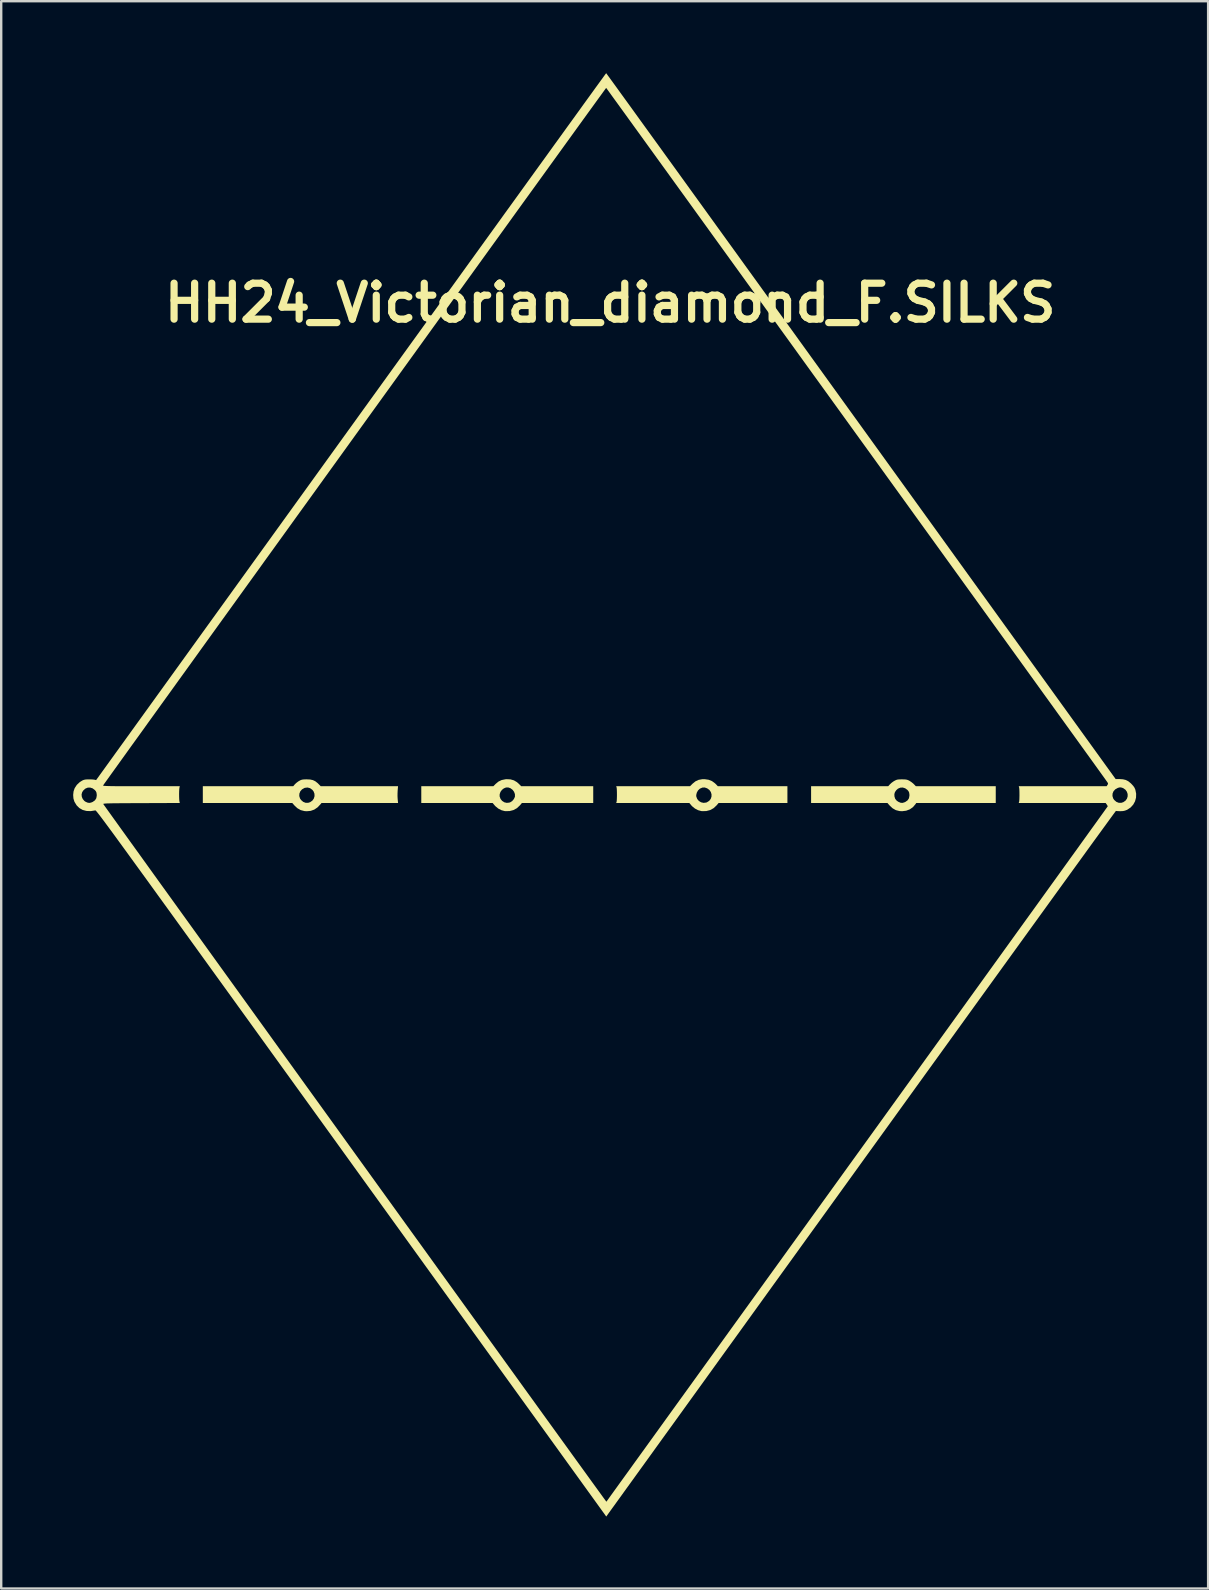
<source format=kicad_pcb>
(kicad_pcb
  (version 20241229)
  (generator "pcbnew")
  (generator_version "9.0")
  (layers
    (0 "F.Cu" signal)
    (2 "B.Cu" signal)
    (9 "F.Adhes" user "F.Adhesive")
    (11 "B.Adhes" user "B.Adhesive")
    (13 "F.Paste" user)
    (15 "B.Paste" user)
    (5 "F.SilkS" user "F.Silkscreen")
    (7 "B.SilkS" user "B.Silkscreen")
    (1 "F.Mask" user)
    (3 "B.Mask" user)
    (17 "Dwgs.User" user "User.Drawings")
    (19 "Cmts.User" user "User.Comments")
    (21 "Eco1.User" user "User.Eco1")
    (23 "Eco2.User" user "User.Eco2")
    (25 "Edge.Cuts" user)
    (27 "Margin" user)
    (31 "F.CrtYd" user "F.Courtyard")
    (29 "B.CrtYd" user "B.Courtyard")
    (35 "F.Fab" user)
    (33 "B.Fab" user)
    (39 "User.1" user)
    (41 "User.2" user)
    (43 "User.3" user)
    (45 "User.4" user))
  (footprint "HH24_Victorian_diamond_F.SILKS"
    (layer "F.Cu")
    (at 22.384 9.575)
    (property "Reference" "HH24_Victorian_diamond_F.SILKS" (at 0 0 0) (layer "F.SilkS") (effects (font (size 1.5 1.5) (thickness 0.3))))
    (attr board_only exclude_from_pos_files exclude_from_bom)
    (fp_poly (pts (xy -4.156 19.861) (xy -4.013 19.902) (xy -3.885 19.978) (xy -3.813 20.042) (xy -3.709 20.146) (xy -2.208 20.146) (xy -0.707 20.146) (xy -0.707 20.496) (xy -0.707 20.845) (xy -2.193 20.845) (xy -3.679 20.845) (xy -3.765 20.946) (xy -3.887 21.061) (xy -4.032 21.14) (xy -4.193 21.182) (xy -4.368 21.185) (xy -4.399 21.182) (xy -4.533 21.146) (xy -4.666 21.077) (xy -4.782 20.982) (xy -4.815 20.946) (xy -4.9 20.845) (xy -6.387 20.845) (xy -7.874 20.845) (xy -7.874 20.57) (xy -4.608 20.57) (xy -4.57 20.676) (xy -4.503 20.759) (xy -4.414 20.816) (xy -4.312 20.84) (xy -4.203 20.829) (xy -4.166 20.816) (xy -4.083 20.762) (xy -4.015 20.682) (xy -3.973 20.592) (xy -3.97 20.577) (xy -3.971 20.475) (xy -4.008 20.377) (xy -4.073 20.292) (xy -4.161 20.228) (xy -4.25 20.197) (xy -4.344 20.2) (xy -4.434 20.237) (xy -4.513 20.3) (xy -4.573 20.383) (xy -4.606 20.478) (xy -4.608 20.57) (xy -7.874 20.57) (xy -7.874 20.496) (xy -7.874 20.146) (xy -6.371 20.146) (xy -4.869 20.146) (xy -4.78 20.055) (xy -4.658 19.953) (xy -4.524 19.889) (xy -4.368 19.857) (xy -4.322 19.853)) (stroke (width 0) (type solid)) (fill yes) (layer "F.SilkS"))
    (fp_poly (pts (xy -12.505 19.867) (xy -12.391 19.892) (xy -12.293 19.939) (xy -12.199 20.013) (xy -12.157 20.054) (xy -12.066 20.146) (xy -10.454 20.146) (xy -8.843 20.146) (xy -8.859 20.329) (xy -8.864 20.441) (xy -8.865 20.564) (xy -8.859 20.673) (xy -8.859 20.678) (xy -8.842 20.845) (xy -10.438 20.845) (xy -12.033 20.845) (xy -12.07 20.892) (xy -12.196 21.026) (xy -12.334 21.12) (xy -12.485 21.174) (xy -12.651 21.189) (xy -12.745 21.182) (xy -12.9 21.142) (xy -13.04 21.062) (xy -13.153 20.957) (xy -13.251 20.846) (xy -15.116 20.846) (xy -16.98 20.845) (xy -16.98 20.556) (xy -12.96 20.556) (xy -12.928 20.658) (xy -12.886 20.72) (xy -12.796 20.798) (xy -12.695 20.838) (xy -12.587 20.837) (xy -12.507 20.811) (xy -12.414 20.746) (xy -12.353 20.66) (xy -12.323 20.56) (xy -12.328 20.457) (xy -12.367 20.357) (xy -12.416 20.296) (xy -12.51 20.228) (xy -12.614 20.2) (xy -12.723 20.213) (xy -12.745 20.22) (xy -12.846 20.278) (xy -12.917 20.359) (xy -12.955 20.454) (xy -12.96 20.556) (xy -16.98 20.556) (xy -16.98 20.496) (xy -16.98 20.146) (xy -15.096 20.146) (xy -13.212 20.146) (xy -13.144 20.066) (xy -13.085 20.01) (xy -13.009 19.952) (xy -12.962 19.923) (xy -12.904 19.893) (xy -12.853 19.875) (xy -12.796 19.865) (xy -12.719 19.861) (xy -12.647 19.86)) (stroke (width 0) (type solid)) (fill yes) (layer "F.SilkS"))
    (fp_poly (pts (xy 12.26 19.862) (xy 12.331 19.868) (xy 12.387 19.881) (xy 12.44 19.903) (xy 12.467 19.917) (xy 12.547 19.968) (xy 12.627 20.031) (xy 12.657 20.06) (xy 12.74 20.146) (xy 14.406 20.146) (xy 16.071 20.146) (xy 16.071 20.496) (xy 16.071 20.845) (xy 14.414 20.845) (xy 12.758 20.845) (xy 12.726 20.893) (xy 12.62 21.018) (xy 12.489 21.11) (xy 12.337 21.167) (xy 12.171 21.188) (xy 12.06 21.182) (xy 11.906 21.143) (xy 11.77 21.066) (xy 11.656 20.96) (xy 11.556 20.846) (xy 9.965 20.846) (xy 8.374 20.845) (xy 8.374 20.496) (xy 8.374 20.474) (xy 11.845 20.474) (xy 11.848 20.57) (xy 11.88 20.673) (xy 11.946 20.753) (xy 12.022 20.802) (xy 12.11 20.837) (xy 12.189 20.841) (xy 12.274 20.814) (xy 12.307 20.798) (xy 12.398 20.733) (xy 12.453 20.648) (xy 12.473 20.54) (xy 12.472 20.49) (xy 12.461 20.413) (xy 12.435 20.356) (xy 12.392 20.304) (xy 12.298 20.234) (xy 12.196 20.201) (xy 12.092 20.206) (xy 11.995 20.248) (xy 11.929 20.306) (xy 11.87 20.39) (xy 11.845 20.474) (xy 8.374 20.474) (xy 8.374 20.146) (xy 9.981 20.146) (xy 11.588 20.146) (xy 11.661 20.066) (xy 11.723 20.008) (xy 11.801 19.95) (xy 11.846 19.923) (xy 11.904 19.893) (xy 11.954 19.874) (xy 12.012 19.865) (xy 12.089 19.861) (xy 12.16 19.86)) (stroke (width 0) (type solid)) (fill yes) (layer "F.SilkS"))
    (fp_poly (pts (xy 4.103 19.877) (xy 4.242 19.932) (xy 4.367 20.024) (xy 4.399 20.055) (xy 4.487 20.146) (xy 5.937 20.146) (xy 7.387 20.146) (xy 7.387 20.496) (xy 7.387 20.845) (xy 5.953 20.845) (xy 4.519 20.845) (xy 4.434 20.946) (xy 4.311 21.061) (xy 4.167 21.14) (xy 4.005 21.182) (xy 3.831 21.185) (xy 3.8 21.182) (xy 3.665 21.146) (xy 3.533 21.077) (xy 3.416 20.982) (xy 3.383 20.946) (xy 3.298 20.845) (xy 1.775 20.845) (xy 0.251 20.845) (xy 0.266 20.798) (xy 0.272 20.759) (xy 0.277 20.687) (xy 0.28 20.594) (xy 0.281 20.514) (xy 3.586 20.514) (xy 3.589 20.577) (xy 3.628 20.68) (xy 3.697 20.761) (xy 3.788 20.816) (xy 3.891 20.84) (xy 3.999 20.828) (xy 4.032 20.816) (xy 4.126 20.757) (xy 4.189 20.677) (xy 4.222 20.583) (xy 4.224 20.484) (xy 4.195 20.388) (xy 4.135 20.302) (xy 4.044 20.236) (xy 4.041 20.234) (xy 3.94 20.199) (xy 3.846 20.202) (xy 3.75 20.243) (xy 3.726 20.259) (xy 3.659 20.326) (xy 3.61 20.416) (xy 3.586 20.514) (xy 0.281 20.514) (xy 0.281 20.496) (xy 0.28 20.392) (xy 0.277 20.3) (xy 0.272 20.23) (xy 0.266 20.194) (xy 0.251 20.146) (xy 1.79 20.146) (xy 3.328 20.146) (xy 3.432 20.042) (xy 3.554 19.943) (xy 3.688 19.881) (xy 3.839 19.854) (xy 3.94 19.853)) (stroke (width 0) (type solid)) (fill yes) (layer "F.SilkS"))
    (fp_poly (pts (xy -0.155 -9.558) (xy -0.118 -9.507) (xy -0.057 -9.424) (xy 0.027 -9.308) (xy 0.133 -9.162) (xy 0.262 -8.985) (xy 0.411 -8.778) (xy 0.582 -8.542) (xy 0.773 -8.279) (xy 0.983 -7.988) (xy 1.212 -7.67) (xy 1.46 -7.327) (xy 1.726 -6.959) (xy 2.01 -6.567) (xy 2.31 -6.151) (xy 2.627 -5.713) (xy 2.959 -5.253) (xy 3.306 -4.772) (xy 3.668 -4.271) (xy 4.044 -3.75) (xy 4.433 -3.211) (xy 4.835 -2.654) (xy 5.25 -2.08) (xy 5.676 -1.489) (xy 6.113 -0.884) (xy 6.561 -0.263) (xy 7.019 0.372) (xy 7.487 1.019) (xy 7.963 1.68) (xy 8.447 2.351) (xy 8.94 3.034) (xy 9.439 3.726) (xy 9.945 4.428) (xy 10.456 5.136) (xy 21.068 19.847) (xy 21.228 19.848) (xy 21.373 19.858) (xy 21.491 19.886) (xy 21.594 19.938) (xy 21.695 20.02) (xy 21.725 20.049) (xy 21.803 20.134) (xy 21.854 20.208) (xy 21.887 20.285) (xy 21.89 20.292) (xy 21.923 20.46) (xy 21.918 20.623) (xy 21.876 20.777) (xy 21.8 20.915) (xy 21.693 21.032) (xy 21.557 21.123) (xy 21.534 21.134) (xy 21.453 21.165) (xy 21.371 21.182) (xy 21.268 21.187) (xy 21.259 21.187) (xy 21.18 21.185) (xy 21.117 21.181) (xy 21.082 21.176) (xy 21.08 21.175) (xy 21.067 21.192) (xy 21.03 21.242) (xy 20.969 21.324) (xy 20.885 21.439) (xy 20.778 21.585) (xy 20.65 21.762) (xy 20.5 21.968) (xy 20.329 22.203) (xy 20.138 22.465) (xy 19.928 22.755) (xy 19.699 23.072) (xy 19.451 23.414) (xy 19.185 23.781) (xy 18.902 24.172) (xy 18.602 24.586) (xy 18.286 25.023) (xy 17.955 25.481) (xy 17.608 25.961) (xy 17.247 26.46) (xy 16.872 26.979) (xy 16.484 27.516) (xy 16.083 28.071) (xy 15.67 28.642) (xy 15.245 29.23) (xy 14.81 29.833) (xy 14.364 30.451) (xy 13.908 31.083) (xy 13.443 31.727) (xy 12.969 32.383) (xy 12.487 33.051) (xy 11.997 33.73) (xy 11.501 34.418) (xy 10.998 35.115) (xy 10.674 35.563) (xy 10.166 36.268) (xy 9.664 36.964) (xy 9.167 37.653) (xy 8.678 38.331) (xy 8.195 39) (xy 7.721 39.658) (xy 7.255 40.303) (xy 6.798 40.936) (xy 6.351 41.556) (xy 5.915 42.161) (xy 5.489 42.752) (xy 5.075 43.326) (xy 4.672 43.883) (xy 4.283 44.423) (xy 3.907 44.945) (xy 3.544 45.448) (xy 3.196 45.93) (xy 2.863 46.392) (xy 2.546 46.832) (xy 2.244 47.249) (xy 1.96 47.643) (xy 1.693 48.014) (xy 1.444 48.359) (xy 1.213 48.678) (xy 1.002 48.971) (xy 0.81 49.237) (xy 0.639 49.474) (xy 0.489 49.683) (xy 0.36 49.861) (xy 0.253 50.009) (xy 0.169 50.126) (xy 0.108 50.21) (xy 0.071 50.261) (xy 0.061 50.275) (xy -0.164 50.587) (xy -10.786 35.864) (xy -11.403 35.008) (xy -11.996 34.186) (xy -12.565 33.397) (xy -13.111 32.641) (xy -13.634 31.916) (xy -14.135 31.222) (xy -14.614 30.558) (xy -15.071 29.924) (xy -15.508 29.319) (xy -15.924 28.742) (xy -16.321 28.193) (xy -16.698 27.671) (xy -17.056 27.175) (xy -17.395 26.705) (xy -17.717 26.26) (xy -18.021 25.839) (xy -18.308 25.441) (xy -18.579 25.067) (xy -18.834 24.715) (xy -19.073 24.384) (xy -19.297 24.074) (xy -19.507 23.785) (xy -19.703 23.515) (xy -19.885 23.264) (xy -20.054 23.031) (xy -20.21 22.816) (xy -20.355 22.617) (xy -20.488 22.435) (xy -20.609 22.268) (xy -20.72 22.116) (xy -20.821 21.979) (xy -20.913 21.854) (xy -20.995 21.743) (xy -21.068 21.644) (xy -21.134 21.556) (xy -21.191 21.479) (xy -21.242 21.412) (xy -21.285 21.355) (xy -21.323 21.307) (xy -21.355 21.266) (xy -21.381 21.233) (xy -21.403 21.207) (xy -21.42 21.187) (xy -21.434 21.172) (xy -21.444 21.162) (xy -21.452 21.157) (xy -21.457 21.154) (xy -21.46 21.154) (xy -21.653 21.184) (xy -21.83 21.177) (xy -21.988 21.135) (xy -22.125 21.057) (xy -22.239 20.945) (xy -22.328 20.8) (xy -22.332 20.792) (xy -22.373 20.659) (xy -22.384 20.51) (xy -22.382 20.487) (xy -22.034 20.487) (xy -22.024 20.587) (xy -21.984 20.681) (xy -21.916 20.761) (xy -21.862 20.797) (xy -21.771 20.835) (xy -21.69 20.841) (xy -21.604 20.816) (xy -21.566 20.798) (xy -21.475 20.733) (xy -21.421 20.648) (xy -21.401 20.54) (xy -21.402 20.49) (xy -21.413 20.413) (xy -21.438 20.356) (xy -21.482 20.304) (xy -21.576 20.234) (xy -21.678 20.202) (xy -21.781 20.206) (xy -21.878 20.247) (xy -21.961 20.322) (xy -22.008 20.394) (xy -22.034 20.487) (xy -22.382 20.487) (xy -22.368 20.361) (xy -22.322 20.228) (xy -22.322 20.228) (xy -22.249 20.116) (xy -21.138 20.116) (xy -21.135 20.121) (xy -21.121 20.126) (xy -21.094 20.131) (xy -21.051 20.134) (xy -20.989 20.137) (xy -20.906 20.14) (xy -20.798 20.142) (xy -20.664 20.144) (xy -20.501 20.145) (xy -20.305 20.145) (xy -20.075 20.146) (xy -19.808 20.146) (xy -19.542 20.146) (xy -17.94 20.146) (xy -17.955 20.214) (xy -17.962 20.274) (xy -17.967 20.362) (xy -17.969 20.467) (xy -17.968 20.576) (xy -17.965 20.675) (xy -17.959 20.751) (xy -17.955 20.777) (xy -17.94 20.845) (xy -19.536 20.851) (xy -19.836 20.852) (xy -20.097 20.853) (xy -20.322 20.854) (xy -20.511 20.856) (xy -20.67 20.857) (xy -20.8 20.859) (xy -20.903 20.862) (xy -20.983 20.864) (xy -21.043 20.868) (xy -21.085 20.872) (xy -21.111 20.876) (xy -21.125 20.881) (xy -21.129 20.887) (xy -21.129 20.888) (xy -21.117 20.906) (xy -21.08 20.958) (xy -21.02 21.042) (xy -20.938 21.157) (xy -20.833 21.303) (xy -20.708 21.478) (xy -20.561 21.682) (xy -20.395 21.914) (xy -20.209 22.172) (xy -20.005 22.456) (xy -19.783 22.764) (xy -19.544 23.096) (xy -19.289 23.451) (xy -19.018 23.828) (xy -18.732 24.226) (xy -18.431 24.643) (xy -18.117 25.079) (xy -17.79 25.533) (xy -17.45 26.005) (xy -17.099 26.492) (xy -16.738 26.994) (xy -16.366 27.51) (xy -15.984 28.04) (xy -15.594 28.581) (xy -15.195 29.134) (xy -14.79 29.697) (xy -14.377 30.269) (xy -13.959 30.85) (xy -13.535 31.438) (xy -13.107 32.032) (xy -12.675 32.632) (xy -12.239 33.236) (xy -11.801 33.843) (xy -11.361 34.453) (xy -10.92 35.065) (xy -10.479 35.677) (xy -10.038 36.288) (xy -9.598 36.899) (xy -9.159 37.507) (xy -8.723 38.112) (xy -8.29 38.712) (xy -7.86 39.307) (xy -7.435 39.896) (xy -7.016 40.478) (xy -6.602 41.052) (xy -6.194 41.617) (xy -5.794 42.172) (xy -5.401 42.716) (xy -5.018 43.247) (xy -4.643 43.766) (xy -4.279 44.271) (xy -3.925 44.761) (xy -3.583 45.236) (xy -3.252 45.693) (xy -2.935 46.133) (xy -2.631 46.554) (xy -2.341 46.955) (xy -2.066 47.336) (xy -1.806 47.695) (xy -1.563 48.032) (xy -1.337 48.345) (xy -1.128 48.633) (xy -0.938 48.896) (xy -0.767 49.133) (xy -0.615 49.342) (xy -0.484 49.523) (xy -0.374 49.674) (xy -0.286 49.796) (xy -0.22 49.886) (xy -0.178 49.943) (xy -0.159 49.968) (xy -0.159 49.969) (xy -0.146 49.952) (xy -0.109 49.901) (xy -0.049 49.817) (xy 0.034 49.701) (xy 0.14 49.554) (xy 0.268 49.377) (xy 0.417 49.17) (xy 0.587 48.935) (xy 0.778 48.671) (xy 0.987 48.38) (xy 1.216 48.063) (xy 1.464 47.72) (xy 1.729 47.352) (xy 2.012 46.96) (xy 2.311 46.545) (xy 2.627 46.107) (xy 2.958 45.648) (xy 3.305 45.168) (xy 3.666 44.667) (xy 4.04 44.148) (xy 4.428 43.61) (xy 4.829 43.054) (xy 5.242 42.481) (xy 5.667 41.892) (xy 6.103 41.288) (xy 6.549 40.669) (xy 7.006 40.037) (xy 7.471 39.391) (xy 7.946 38.733) (xy 8.428 38.064) (xy 8.918 37.385) (xy 9.416 36.695) (xy 9.919 35.997) (xy 10.293 35.479) (xy 10.801 34.775) (xy 11.303 34.079) (xy 11.798 33.392) (xy 12.286 32.715) (xy 12.767 32.049) (xy 13.239 31.394) (xy 13.702 30.752) (xy 14.156 30.123) (xy 14.599 29.508) (xy 15.032 28.907) (xy 15.454 28.322) (xy 15.863 27.754) (xy 16.261 27.202) (xy 16.645 26.669) (xy 17.016 26.154) (xy 17.373 25.659) (xy 17.716 25.184) (xy 18.043 24.73) (xy 18.354 24.298) (xy 18.649 23.889) (xy 18.927 23.503) (xy 19.187 23.141) (xy 19.43 22.805) (xy 19.653 22.494) (xy 19.858 22.21) (xy 20.042 21.953) (xy 20.207 21.725) (xy 20.35 21.526) (xy 20.472 21.356) (xy 20.572 21.217) (xy 20.649 21.109) (xy 20.703 21.034) (xy 20.733 20.992) (xy 20.739 20.982) (xy 20.728 20.957) (xy 20.701 20.914) (xy 20.696 20.907) (xy 20.652 20.845) (xy 18.841 20.845) (xy 17.029 20.845) (xy 17.044 20.798) (xy 17.051 20.755) (xy 17.056 20.68) (xy 17.058 20.585) (xy 17.059 20.554) (xy 20.935 20.554) (xy 20.966 20.656) (xy 21.009 20.72) (xy 21.099 20.798) (xy 21.2 20.838) (xy 21.308 20.837) (xy 21.388 20.811) (xy 21.48 20.747) (xy 21.54 20.664) (xy 21.569 20.57) (xy 21.568 20.471) (xy 21.537 20.377) (xy 21.478 20.294) (xy 21.391 20.231) (xy 21.332 20.207) (xy 21.27 20.194) (xy 21.215 20.199) (xy 21.154 20.219) (xy 21.051 20.277) (xy 20.979 20.357) (xy 20.94 20.452) (xy 20.935 20.554) (xy 17.059 20.554) (xy 17.059 20.481) (xy 17.058 20.378) (xy 17.055 20.288) (xy 17.049 20.221) (xy 17.044 20.194) (xy 17.029 20.146) (xy 18.861 20.146) (xy 20.692 20.146) (xy 20.728 20.091) (xy 20.747 20.059) (xy 20.75 20.031) (xy 20.734 19.996) (xy 20.696 19.94) (xy 20.693 19.937) (xy 20.664 19.896) (xy 20.612 19.822) (xy 20.536 19.717) (xy 20.438 19.581) (xy 20.319 19.415) (xy 20.179 19.221) (xy 20.019 18.998) (xy 19.839 18.749) (xy 19.64 18.473) (xy 19.424 18.173) (xy 19.19 17.849) (xy 18.94 17.502) (xy 18.673 17.132) (xy 18.392 16.742) (xy 18.095 16.331) (xy 17.785 15.901) (xy 17.462 15.453) (xy 17.127 14.988) (xy 16.779 14.506) (xy 16.421 14.01) (xy 16.052 13.499) (xy 15.673 12.974) (xy 15.286 12.437) (xy 14.89 11.889) (xy 14.487 11.33) (xy 14.077 10.762) (xy 13.661 10.185) (xy 13.239 9.601) (xy 12.812 9.01) (xy 12.382 8.413) (xy 11.948 7.812) (xy 11.511 7.207) (xy 11.073 6.599) (xy 10.633 5.99) (xy 10.192 5.38) (xy 9.752 4.77) (xy 9.312 4.161) (xy 8.874 3.554) (xy 8.438 2.951) (xy 8.005 2.351) (xy 7.576 1.756) (xy 7.151 1.168) (xy 6.731 0.586) (xy 6.317 0.012) (xy 5.909 -0.553) (xy 5.508 -1.108) (xy 5.115 -1.652) (xy 4.731 -2.184) (xy 4.355 -2.704) (xy 3.99 -3.21) (xy 3.635 -3.701) (xy 3.292 -4.177) (xy 2.96 -4.636) (xy 2.641 -5.077) (xy 2.336 -5.5) (xy 2.044 -5.903) (xy 1.768 -6.286) (xy 1.506 -6.648) (xy 1.262 -6.986) (xy 1.033 -7.302) (xy 0.823 -7.593) (xy 0.631 -7.859) (xy 0.457 -8.099) (xy 0.304 -8.311) (xy 0.17 -8.495) (xy 0.058 -8.65) (xy -0.032 -8.775) (xy -0.1 -8.869) (xy -0.145 -8.93) (xy -0.166 -8.959) (xy -0.167 -8.961) (xy -0.181 -8.944) (xy -0.218 -8.893) (xy -0.278 -8.81) (xy -0.361 -8.696) (xy -0.466 -8.551) (xy -0.593 -8.376) (xy -0.74 -8.173) (xy -0.907 -7.943) (xy -1.093 -7.686) (xy -1.298 -7.403) (xy -1.52 -7.095) (xy -1.76 -6.763) (xy -2.016 -6.409) (xy -2.287 -6.033) (xy -2.574 -5.636) (xy -2.875 -5.219) (xy -3.19 -4.783) (xy -3.518 -4.33) (xy -3.858 -3.859) (xy -4.209 -3.372) (xy -4.571 -2.87) (xy -4.944 -2.354) (xy -5.326 -1.825) (xy -5.716 -1.284) (xy -6.115 -0.731) (xy -6.521 -0.169) (xy -6.934 0.403) (xy -7.353 0.984) (xy -7.777 1.572) (xy -8.205 2.166) (xy -8.638 2.765) (xy -9.073 3.369) (xy -9.512 3.977) (xy -9.952 4.587) (xy -10.393 5.198) (xy -10.834 5.81) (xy -11.275 6.422) (xy -11.716 7.033) (xy -12.154 7.641) (xy -12.59 8.246) (xy -13.024 8.846) (xy -13.453 9.442) (xy -13.878 10.031) (xy -14.298 10.613) (xy -14.711 11.188) (xy -15.119 11.753) (xy -15.519 12.308) (xy -15.911 12.852) (xy -16.295 13.384) (xy -16.669 13.903) (xy -17.033 14.408) (xy -17.386 14.899) (xy -17.728 15.374) (xy -18.058 15.831) (xy -18.375 16.272) (xy -18.679 16.693) (xy -18.968 17.095) (xy -19.243 17.476) (xy -19.501 17.836) (xy -19.744 18.173) (xy -19.97 18.486) (xy -20.177 18.775) (xy -20.367 19.039) (xy -20.537 19.276) (xy -20.688 19.486) (xy -20.818 19.667) (xy -20.927 19.819) (xy -21.014 19.941) (xy -21.079 20.031) (xy -21.12 20.09) (xy -21.138 20.115) (xy -21.138 20.116) (xy -22.249 20.116) (xy -22.231 20.089) (xy -22.107 19.973) (xy -22.006 19.91) (xy -21.948 19.884) (xy -21.885 19.869) (xy -21.802 19.862) (xy -21.735 19.861) (xy -21.643 19.862) (xy -21.56 19.867) (xy -21.501 19.874) (xy -21.491 19.875) (xy -21.428 19.891) (xy -10.804 5.158) (xy -10.292 4.447) (xy -9.785 3.745) (xy -9.285 3.052) (xy -8.793 2.369) (xy -8.308 1.697) (xy -7.831 1.037) (xy -7.364 0.388) (xy -6.906 -0.247) (xy -6.457 -0.868) (xy -6.02 -1.475) (xy -5.593 -2.066) (xy -5.179 -2.64) (xy -4.776 -3.198) (xy -4.387 -3.738) (xy -4.01 -4.259) (xy -3.648 -4.761) (xy -3.301 -5.242) (xy -2.968 -5.703) (xy -2.651 -6.141) (xy -2.351 -6.558) (xy -2.067 -6.95) (xy -1.801 -7.319) (xy -1.552 -7.663) (xy -1.322 -7.981) (xy -1.112 -8.273) (xy -0.921 -8.537) (xy -0.75 -8.773) (xy -0.6 -8.981) (xy -0.471 -9.158) (xy -0.364 -9.306) (xy -0.28 -9.422) (xy -0.219 -9.506) (xy -0.181 -9.557) (xy -0.168 -9.575) (xy -0.168 -9.575)) (stroke (width 0) (type solid)) (fill yes) (layer "F.SilkS")))
  (gr_rect
    (start -3 -3)
    (end 47.307 63.162)
    (stroke (width 0.1) (type default))
    (fill no)
    (layer "Edge.Cuts")))
</source>
